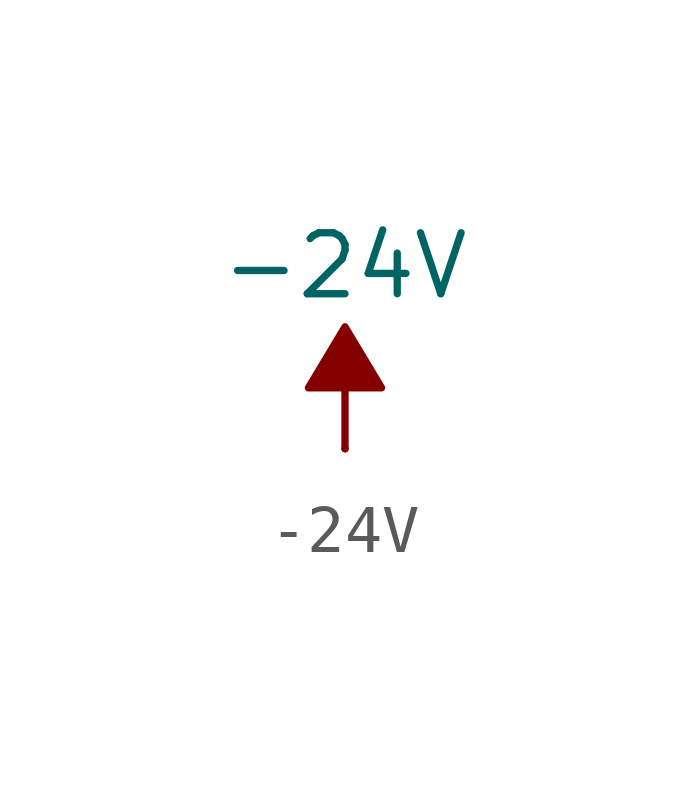
<source format=kicad_sym>
(kicad_symbol_lib
  (version 20231120)
  (generator "kicad_symbol_editor")
  (generator_version "8.0")
  (symbol "-24V"
    (power)
    (pin_numbers hide)
    (pin_names
      (offset 0) hide)
    (property "Reference" "#PWR"
      (at 0 2.54 0)
      (effects (font (size 1.27 1.27)) (hide yes)))
    (property "Value" "-24V"
      (at 0 3.81 0)
      (effects (font (size 1.27 1.27))))
    (symbol "-24V_0_0"
      (pin power_in line (at 0 0 90) (length 0) (name "~" (effects (font (size 1.27 1.27)))) (number "1" (effects (font (size 1.27 1.27))))))
    (symbol "-24V_0_1"
      (polyline (pts (xy 0 0) (xy 0 1.27) (xy 0.762 1.27) (xy 0 2.54) (xy -0.762 1.27) (xy 0 1.27)) (stroke (width 0) (type default)) (fill (type outline))))))
</source>
